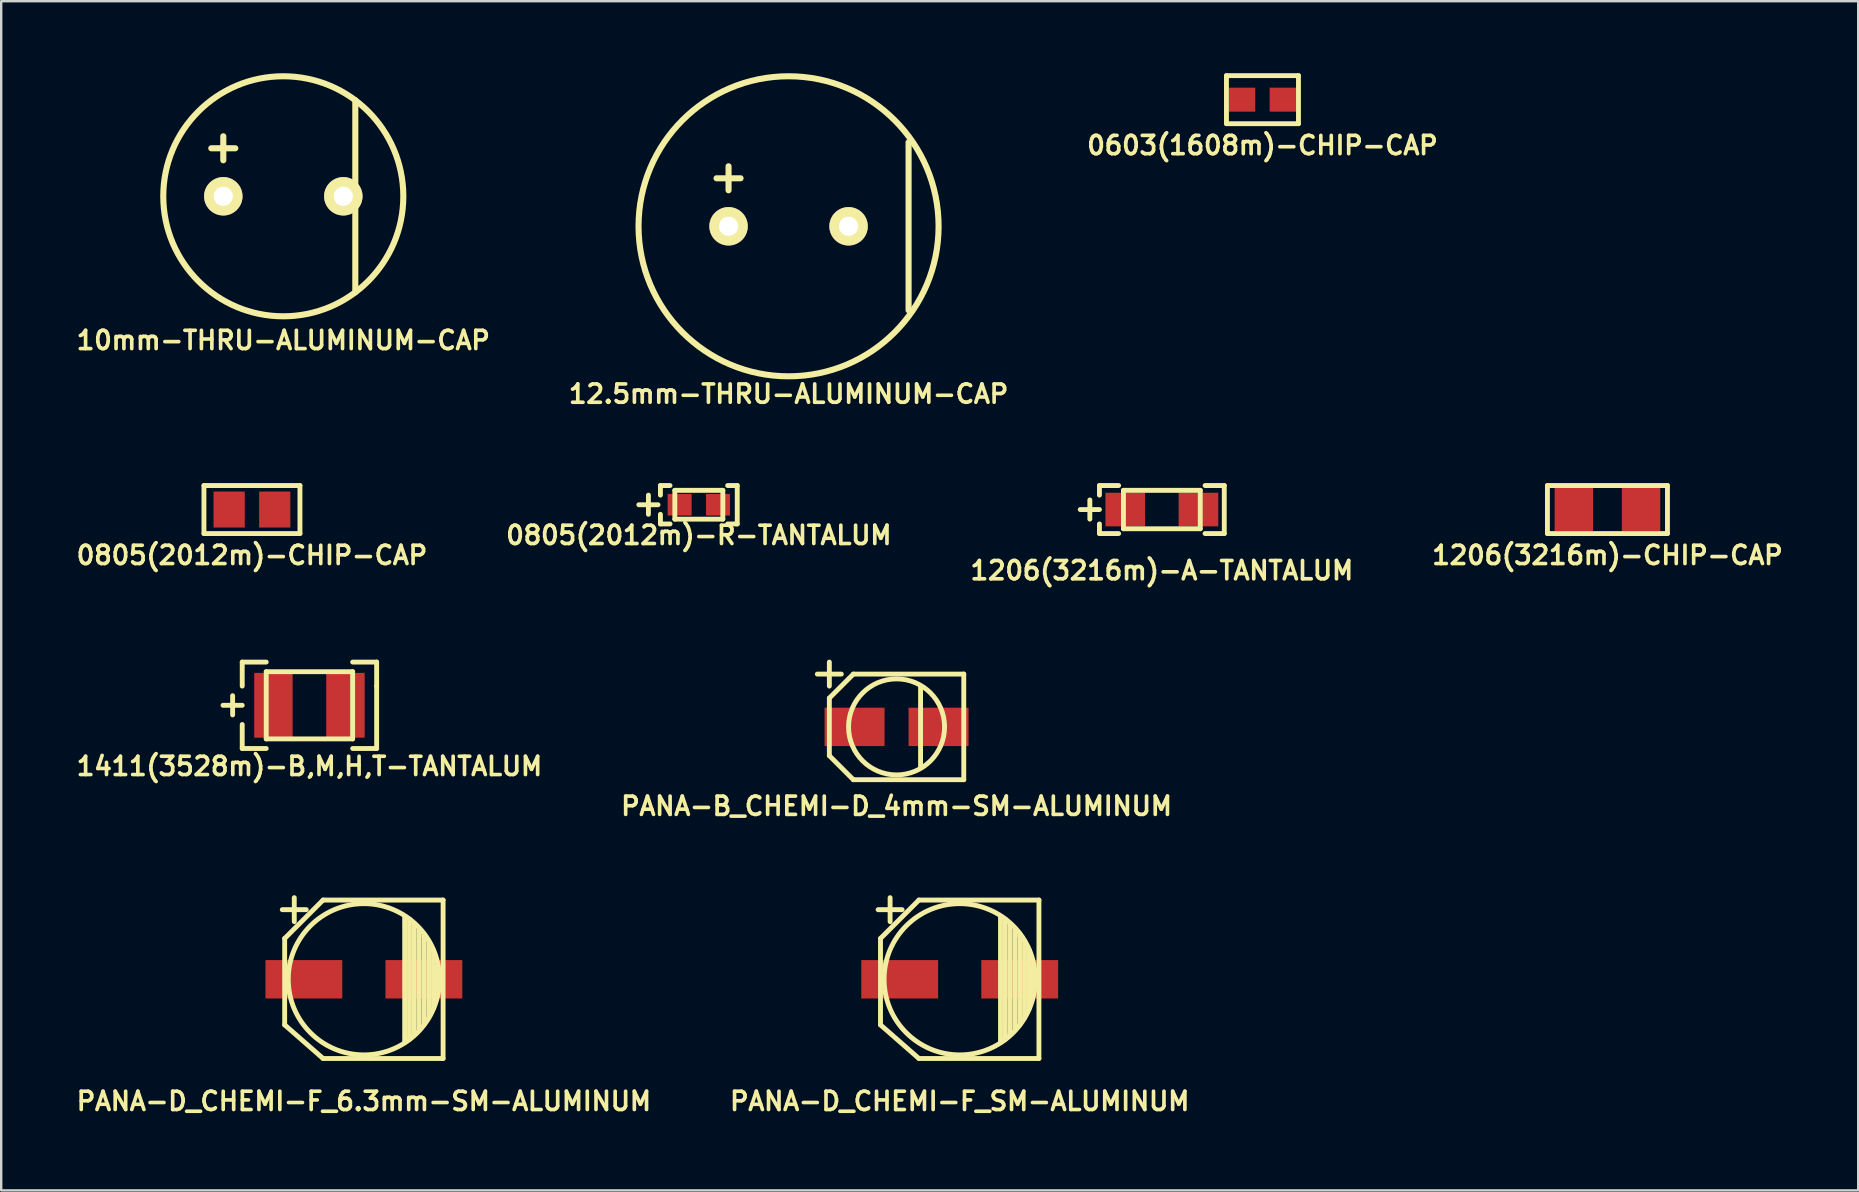
<source format=kicad_pcb>
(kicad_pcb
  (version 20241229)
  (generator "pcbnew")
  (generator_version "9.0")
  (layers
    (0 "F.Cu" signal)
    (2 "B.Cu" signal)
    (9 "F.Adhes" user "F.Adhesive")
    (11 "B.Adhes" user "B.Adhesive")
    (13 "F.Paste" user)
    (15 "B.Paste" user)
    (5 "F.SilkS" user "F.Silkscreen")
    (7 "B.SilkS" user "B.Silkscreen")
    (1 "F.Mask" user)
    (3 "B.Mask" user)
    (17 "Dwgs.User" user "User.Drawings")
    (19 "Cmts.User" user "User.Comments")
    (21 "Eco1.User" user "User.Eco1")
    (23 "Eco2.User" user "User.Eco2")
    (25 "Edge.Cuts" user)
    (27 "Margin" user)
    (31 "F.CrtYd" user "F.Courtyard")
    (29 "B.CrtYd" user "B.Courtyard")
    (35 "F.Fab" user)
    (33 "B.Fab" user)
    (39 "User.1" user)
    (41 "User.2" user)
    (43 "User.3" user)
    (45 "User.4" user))
  (footprint "12.5mm-THRU-ALUMINUM-CAP"
    (layer "F.Cu")
    (at 29.801 6.377)
    (property "Reference" "12.5mm-THRU-ALUMINUM-CAP" (at 0 6.985 0) (layer "F.SilkS") (effects (font (size 0.762 0.762) (thickness 0.152))))
    (attr through_hole)
    (fp_line (start -3 -2) (end -2 -2) (stroke (width 0.254) (type solid)) (layer "F.SilkS"))
    (fp_line (start -2.5 -1.5) (end -2.5 -2.5) (stroke (width 0.254) (type solid)) (layer "F.SilkS"))
    (fp_line (start 5 -3.5) (end 5 3.5) (stroke (width 0.254) (type solid)) (layer "F.SilkS"))
    (fp_circle (center 0 0) (end 6.25 0) (stroke (width 0.254) (type solid)) (fill no) (layer "F.SilkS"))
    (pad "1" thru_hole circle (at -2.5 0) (size 1.6 1.6) (drill 0.8) (layers "*.Cu" "*.Mask" "F.SilkS"))
    (pad "2" thru_hole circle (at 2.5 0) (size 1.6 1.6) (drill 0.8) (layers "*.Cu" "*.Mask" "F.SilkS")))
  (footprint "0603(1608m)-CHIP-CAP"
    (layer "F.Cu")
    (at 49.543 1.102)
    (property "Reference" "0603(1608m)-CHIP-CAP" (at 0 1.905 0) (layer "F.SilkS") (effects (font (size 0.762 0.762) (thickness 0.152))))
    (attr smd)
    (fp_line (start -1.5 -1) (end -1.5 1) (stroke (width 0.203) (type solid)) (layer "F.SilkS"))
    (fp_line (start -1.5 1) (end 1.5 1) (stroke (width 0.203) (type solid)) (layer "F.SilkS"))
    (fp_line (start 1.5 -1) (end -1.5 -1) (stroke (width 0.203) (type solid)) (layer "F.SilkS"))
    (fp_line (start 1.5 1) (end 1.5 -1) (stroke (width 0.203) (type solid)) (layer "F.SilkS"))
    (pad "1" smd rect (at -0.85 0) (size 1.1 1) (layers "F.Cu" "F.Mask" "F.Paste"))
    (pad "2" smd rect (at 0.85 0) (size 1.1 1) (layers "F.Cu" "F.Mask" "F.Paste")))
  (footprint "PANA-D_CHEMI-F_SM-ALUMINUM"
    (layer "F.Cu")
    (at 36.931 37.746)
    (property "Reference" "PANA-D_CHEMI-F_SM-ALUMINUM" (at 0 5.08 0) (layer "F.SilkS") (effects (font (size 0.762 0.762) (thickness 0.152))))
    (attr smd)
    (fp_line (start -3.4 -2.9) (end -2.4 -2.9) (stroke (width 0.203) (type solid)) (layer "F.SilkS"))
    (fp_line (start -3.3 -1.7) (end -1.7 -3.3) (stroke (width 0.203) (type solid)) (layer "F.SilkS"))
    (fp_line (start -3.3 1.9) (end -3.3 -1.7) (stroke (width 0.203) (type solid)) (layer "F.SilkS"))
    (fp_line (start -3.3 1.9) (end -1.7 3.3) (stroke (width 0.203) (type solid)) (layer "F.SilkS"))
    (fp_line (start -2.9 -3.4) (end -2.9 -2.4) (stroke (width 0.203) (type solid)) (layer "F.SilkS"))
    (fp_line (start -1.7 -3.3) (end 3.3 -3.3) (stroke (width 0.203) (type solid)) (layer "F.SilkS"))
    (fp_line (start -1.7 3.3) (end 3.3 3.3) (stroke (width 0.203) (type solid)) (layer "F.SilkS"))
    (fp_line (start 1.7 -2.6) (end 1.7 2.6) (stroke (width 0.203) (type solid)) (layer "F.SilkS"))
    (fp_line (start 1.9 -2.5) (end 1.9 2.5) (stroke (width 0.203) (type solid)) (layer "F.SilkS"))
    (fp_line (start 2.1 -2.3) (end 2.1 2.3) (stroke (width 0.203) (type solid)) (layer "F.SilkS"))
    (fp_line (start 2.1 2.3) (end 2.1 2.2) (stroke (width 0.203) (type solid)) (layer "F.SilkS"))
    (fp_line (start 2.3 2.1) (end 2.3 -2.1) (stroke (width 0.203) (type solid)) (layer "F.SilkS"))
    (fp_line (start 2.5 -1.8) (end 2.5 -1.9) (stroke (width 0.203) (type solid)) (layer "F.SilkS"))
    (fp_line (start 2.5 1.9) (end 2.5 -1.8) (stroke (width 0.203) (type solid)) (layer "F.SilkS"))
    (fp_line (start 2.7 -1.6) (end 2.7 1.6) (stroke (width 0.203) (type solid)) (layer "F.SilkS"))
    (fp_line (start 2.9 1.2) (end 2.9 -1.2) (stroke (width 0.203) (type solid)) (layer "F.SilkS"))
    (fp_line (start 3 0.6) (end 3 -0.5) (stroke (width 0.203) (type solid)) (layer "F.SilkS"))
    (fp_line (start 3.3 -3.3) (end 3.3 3.3) (stroke (width 0.203) (type solid)) (layer "F.SilkS"))
    (fp_circle (center 0 0) (end 3.15 0) (stroke (width 0.203) (type solid)) (fill no) (layer "F.SilkS"))
    (pad "1" smd rect (at -2.5 0) (size 3.2 1.6) (layers "F.Cu" "F.Mask" "F.Paste"))
    (pad "2" smd rect (at 2.5 0) (size 3.2 1.6) (layers "F.Cu" "F.Mask" "F.Paste")))
  (footprint "10mm-THRU-ALUMINUM-CAP"
    (layer "F.Cu")
    (at 8.752 5.127)
    (property "Reference" "10mm-THRU-ALUMINUM-CAP" (at 0 6 0) (layer "F.SilkS") (effects (font (size 0.762 0.762) (thickness 0.152))))
    (attr through_hole)
    (fp_line (start -3 -2) (end -2 -2) (stroke (width 0.254) (type solid)) (layer "F.SilkS"))
    (fp_line (start -2.5 -1.5) (end -2.5 -2.5) (stroke (width 0.254) (type solid)) (layer "F.SilkS"))
    (fp_line (start 3 -4) (end 3 4) (stroke (width 0.254) (type solid)) (layer "F.SilkS"))
    (fp_circle (center 0 0) (end 5 0) (stroke (width 0.254) (type solid)) (fill no) (layer "F.SilkS"))
    (pad "1" thru_hole circle (at -2.5 0) (size 1.6 1.6) (drill 0.8) (layers "*.Cu" "*.Mask" "F.SilkS"))
    (pad "2" thru_hole circle (at 2.5 0) (size 1.6 1.6) (drill 0.8) (layers "*.Cu" "*.Mask" "F.SilkS")))
  (footprint "1206(3216m)-A-TANTALUM"
    (layer "F.Cu")
    (at 45.352 18.177)
    (property "Reference" "1206(3216m)-A-TANTALUM" (at 0 2.54 0) (layer "F.SilkS") (effects (font (size 0.762 0.762) (thickness 0.152))))
    (attr smd)
    (fp_line (start -3.4 0) (end -2.6 0) (stroke (width 0.203) (type solid)) (layer "F.SilkS"))
    (fp_line (start -3 0.4) (end -3 -0.4) (stroke (width 0.203) (type solid)) (layer "F.SilkS"))
    (fp_line (start -2.6 -1) (end -1.8 -1) (stroke (width 0.203) (type solid)) (layer "F.SilkS"))
    (fp_line (start -2.6 -0.6) (end -2.6 -1) (stroke (width 0.203) (type solid)) (layer "F.SilkS"))
    (fp_line (start -2.6 0.6) (end -2.6 1) (stroke (width 0.203) (type solid)) (layer "F.SilkS"))
    (fp_line (start -2.6 1) (end -1.8 1) (stroke (width 0.203) (type solid)) (layer "F.SilkS"))
    (fp_line (start -1.6 -0.8) (end -1.6 0.8) (stroke (width 0.203) (type solid)) (layer "F.SilkS"))
    (fp_line (start -1.6 0.8) (end 1.6 0.8) (stroke (width 0.203) (type solid)) (layer "F.SilkS"))
    (fp_line (start 1.6 -0.8) (end -1.6 -0.8) (stroke (width 0.203) (type solid)) (layer "F.SilkS"))
    (fp_line (start 1.6 0.8) (end 1.6 -0.8) (stroke (width 0.203) (type solid)) (layer "F.SilkS"))
    (fp_line (start 1.8 -1) (end 2.6 -1) (stroke (width 0.203) (type solid)) (layer "F.SilkS"))
    (fp_line (start 2.6 -1) (end 2.6 1) (stroke (width 0.203) (type solid)) (layer "F.SilkS"))
    (fp_line (start 2.6 1) (end 1.8 1) (stroke (width 0.203) (type solid)) (layer "F.SilkS"))
    (pad "1" smd rect (at -1.525 0) (size 1.65 1.4) (layers "F.Cu" "F.Mask" "F.Paste"))
    (pad "2" smd rect (at 1.525 0) (size 1.65 1.4) (layers "F.Cu" "F.Mask" "F.Paste")))
  (footprint "1411(3528m)-B,M,H,T-TANTALUM"
    (layer "F.Cu")
    (at 9.841 26.332)
    (property "Reference" "1411(3528m)-B,M,H,T-TANTALUM" (at 0 2.54 0) (layer "F.SilkS") (effects (font (size 0.762 0.762) (thickness 0.152))))
    (attr smd)
    (fp_line (start -3.6 0) (end -2.8 0) (stroke (width 0.203) (type solid)) (layer "F.SilkS"))
    (fp_line (start -3.2 0.4) (end -3.2 -0.4) (stroke (width 0.203) (type solid)) (layer "F.SilkS"))
    (fp_line (start -2.8 -1.8) (end -1.8 -1.8) (stroke (width 0.203) (type solid)) (layer "F.SilkS"))
    (fp_line (start -2.8 -0.8) (end -2.8 -1.8) (stroke (width 0.203) (type solid)) (layer "F.SilkS"))
    (fp_line (start -2.8 0.8) (end -2.8 1.8) (stroke (width 0.203) (type solid)) (layer "F.SilkS"))
    (fp_line (start -2.8 1.8) (end -1.8 1.8) (stroke (width 0.203) (type solid)) (layer "F.SilkS"))
    (fp_line (start -1.8 -1.4) (end -1.8 1.4) (stroke (width 0.203) (type solid)) (layer "F.SilkS"))
    (fp_line (start -1.8 1.4) (end 1.8 1.4) (stroke (width 0.203) (type solid)) (layer "F.SilkS"))
    (fp_line (start 1.8 -1.8) (end 2.8 -1.8) (stroke (width 0.203) (type solid)) (layer "F.SilkS"))
    (fp_line (start 1.8 -1.4) (end -1.8 -1.4) (stroke (width 0.203) (type solid)) (layer "F.SilkS"))
    (fp_line (start 1.8 1.4) (end 1.8 -1.4) (stroke (width 0.203) (type solid)) (layer "F.SilkS"))
    (fp_line (start 2.8 -1.8) (end 2.8 -0.8) (stroke (width 0.203) (type solid)) (layer "F.SilkS"))
    (fp_line (start 2.8 -0.8) (end 2.8 1.8) (stroke (width 0.203) (type solid)) (layer "F.SilkS"))
    (fp_line (start 2.8 1.8) (end 1.8 1.8) (stroke (width 0.203) (type solid)) (layer "F.SilkS"))
    (pad "1" smd rect (at -1.5 0) (size 1.6 2.7) (layers "F.Cu" "F.Mask" "F.Paste"))
    (pad "2" smd rect (at 1.5 0) (size 1.6 2.7) (layers "F.Cu" "F.Mask" "F.Paste")))
  (footprint "PANA-B_CHEMI-D_4mm-SM-ALUMINUM"
    (layer "F.Cu")
    (at 34.3 27.232)
    (property "Reference" "PANA-B_CHEMI-D_4mm-SM-ALUMINUM" (at 0 3.3 0) (layer "F.SilkS") (effects (font (size 0.762 0.762) (thickness 0.152))))
    (attr smd)
    (fp_line (start -3.3 -2.2) (end -2.3 -2.2) (stroke (width 0.203) (type solid)) (layer "F.SilkS"))
    (fp_line (start -2.8 -2.7) (end -2.8 -1.7) (stroke (width 0.203) (type solid)) (layer "F.SilkS"))
    (fp_line (start -2.8 -1.2) (end -1.8 -2.2) (stroke (width 0.203) (type solid)) (layer "F.SilkS"))
    (fp_line (start -2.8 1.2) (end -2.8 -1.2) (stroke (width 0.203) (type solid)) (layer "F.SilkS"))
    (fp_line (start -2.8 1.2) (end -1.8 2.2) (stroke (width 0.203) (type solid)) (layer "F.SilkS"))
    (fp_line (start -1.8 -2.2) (end 2.8 -2.2) (stroke (width 0.203) (type solid)) (layer "F.SilkS"))
    (fp_line (start -1.8 2.2) (end 2.8 2.2) (stroke (width 0.203) (type solid)) (layer "F.SilkS"))
    (fp_line (start 1 -1.7) (end 1 1.7) (stroke (width 0.203) (type solid)) (layer "F.SilkS"))
    (fp_line (start 2.8 -2.2) (end 2.8 2.2) (stroke (width 0.203) (type solid)) (layer "F.SilkS"))
    (fp_circle (center 0 0) (end 2 0) (stroke (width 0.203) (type solid)) (fill no) (layer "F.SilkS"))
    (pad "1" smd rect (at -1.75 0) (size 2.5 1.6) (layers "F.Cu" "F.Mask" "F.Paste"))
    (pad "2" smd rect (at 1.75 0) (size 2.5 1.6) (layers "F.Cu" "F.Mask" "F.Paste")))
  (footprint "0805(2012m)-R-TANTALUM"
    (layer "F.Cu")
    (at 26.063 17.977)
    (property "Reference" "0805(2012m)-R-TANTALUM" (at 0 1.27 0) (layer "F.SilkS") (effects (font (size 0.762 0.762) (thickness 0.152))))
    (attr smd)
    (fp_line (start -2.5 0) (end -1.7 0) (stroke (width 0.203) (type solid)) (layer "F.SilkS"))
    (fp_line (start -2.1 0.4) (end -2.1 -0.4) (stroke (width 0.203) (type solid)) (layer "F.SilkS"))
    (fp_line (start -1.6 -0.8) (end -1.2 -0.8) (stroke (width 0.203) (type solid)) (layer "F.SilkS"))
    (fp_line (start -1.6 -0.4) (end -1.6 -0.8) (stroke (width 0.203) (type solid)) (layer "F.SilkS"))
    (fp_line (start -1.6 0.4) (end -1.6 0.8) (stroke (width 0.203) (type solid)) (layer "F.SilkS"))
    (fp_line (start -1.6 0.8) (end -1.2 0.8) (stroke (width 0.203) (type solid)) (layer "F.SilkS"))
    (fp_line (start -1 -0.6) (end -1 0.6) (stroke (width 0.203) (type solid)) (layer "F.SilkS"))
    (fp_line (start -1 0.6) (end 1 0.6) (stroke (width 0.203) (type solid)) (layer "F.SilkS"))
    (fp_line (start 1 -0.6) (end -1 -0.6) (stroke (width 0.203) (type solid)) (layer "F.SilkS"))
    (fp_line (start 1 0.6) (end 1 -0.6) (stroke (width 0.203) (type solid)) (layer "F.SilkS"))
    (fp_line (start 1.2 -0.8) (end 1.6 -0.8) (stroke (width 0.203) (type solid)) (layer "F.SilkS"))
    (fp_line (start 1.6 -0.8) (end 1.6 0.8) (stroke (width 0.203) (type solid)) (layer "F.SilkS"))
    (fp_line (start 1.6 0.8) (end 1.2 0.8) (stroke (width 0.203) (type solid)) (layer "F.SilkS"))
    (pad "1" smd rect (at -0.8 0) (size 1 0.9) (layers "F.Cu" "F.Mask" "F.Paste"))
    (pad "2" smd rect (at 0.8 0) (size 1 0.9) (layers "F.Cu" "F.Mask" "F.Paste")))
  (footprint "0805(2012m)-CHIP-CAP"
    (layer "F.Cu")
    (at 7.446 18.177)
    (property "Reference" "0805(2012m)-CHIP-CAP" (at 0 1.905 0) (layer "F.SilkS") (effects (font (size 0.762 0.762) (thickness 0.152))))
    (attr smd)
    (fp_line (start -2 -1) (end -2 1) (stroke (width 0.203) (type solid)) (layer "F.SilkS"))
    (fp_line (start -2 1) (end 2 1) (stroke (width 0.203) (type solid)) (layer "F.SilkS"))
    (fp_line (start 2 -1) (end -2 -1) (stroke (width 0.203) (type solid)) (layer "F.SilkS"))
    (fp_line (start 2 1) (end 2 -1) (stroke (width 0.203) (type solid)) (layer "F.SilkS"))
    (pad "1" smd rect (at -0.95 0) (size 1.3 1.5) (layers "F.Cu" "F.Mask" "F.Paste"))
    (pad "2" smd rect (at 0.95 0) (size 1.3 1.5) (layers "F.Cu" "F.Mask" "F.Paste")))
  (footprint "PANA-D_CHEMI-F_6.3mm-SM-ALUMINUM"
    (layer "F.Cu")
    (at 12.109 37.746)
    (property "Reference" "PANA-D_CHEMI-F_6.3mm-SM-ALUMINUM" (at 0 5.08 0) (layer "F.SilkS") (effects (font (size 0.762 0.762) (thickness 0.152))))
    (attr smd)
    (fp_line (start -3.4 -2.9) (end -2.4 -2.9) (stroke (width 0.203) (type solid)) (layer "F.SilkS"))
    (fp_line (start -3.3 -1.7) (end -1.7 -3.3) (stroke (width 0.203) (type solid)) (layer "F.SilkS"))
    (fp_line (start -3.3 1.9) (end -3.3 -1.7) (stroke (width 0.203) (type solid)) (layer "F.SilkS"))
    (fp_line (start -3.3 1.9) (end -1.7 3.3) (stroke (width 0.203) (type solid)) (layer "F.SilkS"))
    (fp_line (start -2.9 -3.4) (end -2.9 -2.4) (stroke (width 0.203) (type solid)) (layer "F.SilkS"))
    (fp_line (start -1.7 -3.3) (end 3.3 -3.3) (stroke (width 0.203) (type solid)) (layer "F.SilkS"))
    (fp_line (start -1.7 3.3) (end 3.3 3.3) (stroke (width 0.203) (type solid)) (layer "F.SilkS"))
    (fp_line (start 1.7 -2.6) (end 1.7 2.6) (stroke (width 0.203) (type solid)) (layer "F.SilkS"))
    (fp_line (start 1.9 -2.5) (end 1.9 2.5) (stroke (width 0.203) (type solid)) (layer "F.SilkS"))
    (fp_line (start 2.1 -2.3) (end 2.1 2.3) (stroke (width 0.203) (type solid)) (layer "F.SilkS"))
    (fp_line (start 2.1 2.3) (end 2.1 2.2) (stroke (width 0.203) (type solid)) (layer "F.SilkS"))
    (fp_line (start 2.3 2.1) (end 2.3 -2.1) (stroke (width 0.203) (type solid)) (layer "F.SilkS"))
    (fp_line (start 2.5 -1.8) (end 2.5 -1.9) (stroke (width 0.203) (type solid)) (layer "F.SilkS"))
    (fp_line (start 2.5 1.9) (end 2.5 -1.8) (stroke (width 0.203) (type solid)) (layer "F.SilkS"))
    (fp_line (start 2.7 -1.6) (end 2.7 1.6) (stroke (width 0.203) (type solid)) (layer "F.SilkS"))
    (fp_line (start 2.9 1.2) (end 2.9 -1.2) (stroke (width 0.203) (type solid)) (layer "F.SilkS"))
    (fp_line (start 3 0.6) (end 3 -0.5) (stroke (width 0.203) (type solid)) (layer "F.SilkS"))
    (fp_line (start 3.3 -3.3) (end 3.3 3.3) (stroke (width 0.203) (type solid)) (layer "F.SilkS"))
    (fp_circle (center 0 0) (end 3.15 0) (stroke (width 0.203) (type solid)) (fill no) (layer "F.SilkS"))
    (pad "1" smd rect (at -2.5 0) (size 3.2 1.6) (layers "F.Cu" "F.Mask" "F.Paste"))
    (pad "2" smd rect (at 2.5 0) (size 3.2 1.6) (layers "F.Cu" "F.Mask" "F.Paste")))
  (footprint "1206(3216m)-CHIP-CAP"
    (layer "F.Cu")
    (at 63.915 18.177)
    (property "Reference" "1206(3216m)-CHIP-CAP" (at 0 1.905 0) (layer "F.SilkS") (effects (font (size 0.762 0.762) (thickness 0.152))))
    (attr smd)
    (fp_line (start -2.5 -1) (end -2.5 1) (stroke (width 0.203) (type solid)) (layer "F.SilkS"))
    (fp_line (start -2.5 -1) (end 2.5 -1) (stroke (width 0.203) (type solid)) (layer "F.SilkS"))
    (fp_line (start 2.5 1) (end -2.5 1) (stroke (width 0.203) (type solid)) (layer "F.SilkS"))
    (fp_line (start 2.5 1) (end 2.5 -1) (stroke (width 0.203) (type solid)) (layer "F.SilkS"))
    (pad "1" smd rect (at -1.4 0) (size 1.6 1.8) (layers "F.Cu" "F.Mask" "F.Paste"))
    (pad "2" smd rect (at 1.4 0) (size 1.6 1.8) (layers "F.Cu" "F.Mask" "F.Paste")))
  (gr_rect
    (start -3 -3)
    (end 74.361 46.54)
    (stroke (width 0.1) (type default))
    (fill no)
    (layer "Edge.Cuts")))
</source>
